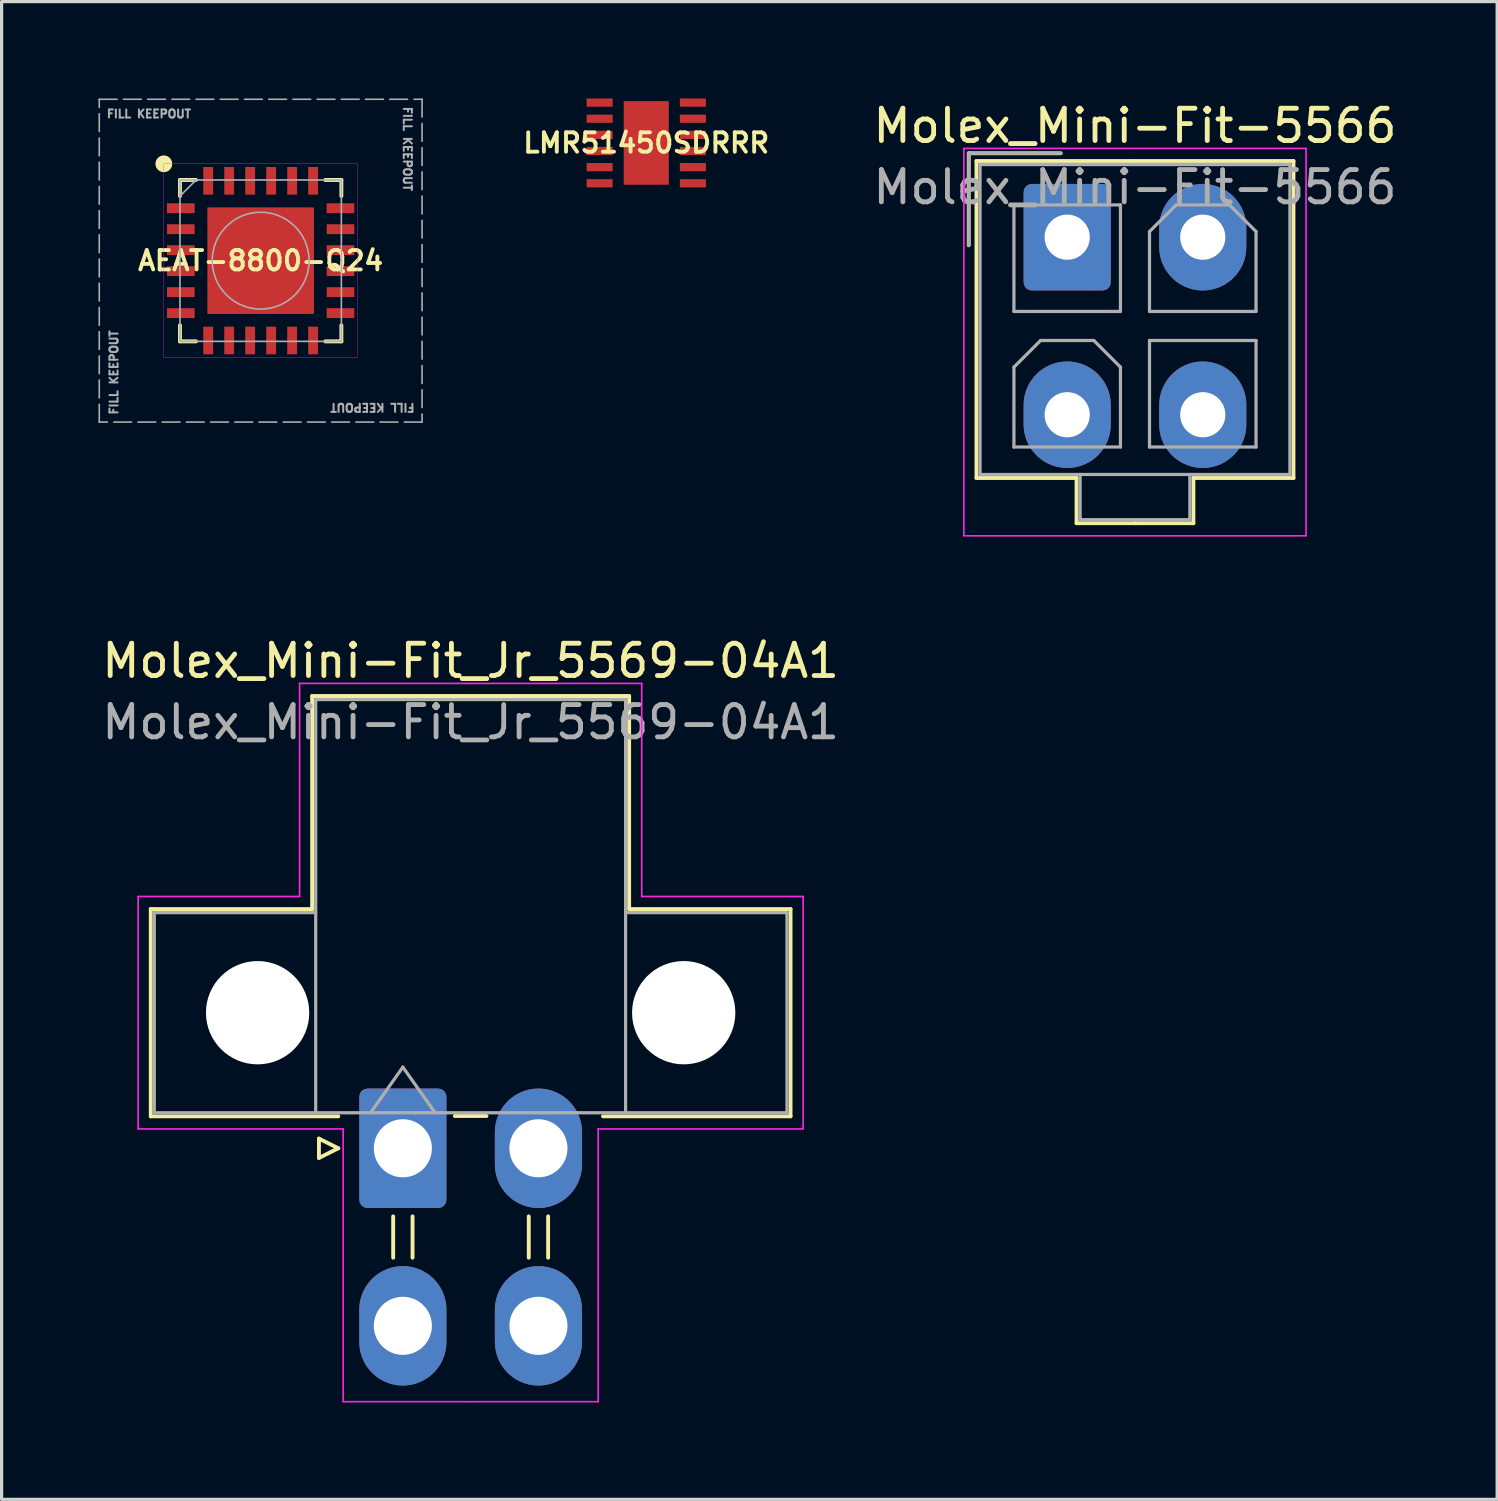
<source format=kicad_pcb>
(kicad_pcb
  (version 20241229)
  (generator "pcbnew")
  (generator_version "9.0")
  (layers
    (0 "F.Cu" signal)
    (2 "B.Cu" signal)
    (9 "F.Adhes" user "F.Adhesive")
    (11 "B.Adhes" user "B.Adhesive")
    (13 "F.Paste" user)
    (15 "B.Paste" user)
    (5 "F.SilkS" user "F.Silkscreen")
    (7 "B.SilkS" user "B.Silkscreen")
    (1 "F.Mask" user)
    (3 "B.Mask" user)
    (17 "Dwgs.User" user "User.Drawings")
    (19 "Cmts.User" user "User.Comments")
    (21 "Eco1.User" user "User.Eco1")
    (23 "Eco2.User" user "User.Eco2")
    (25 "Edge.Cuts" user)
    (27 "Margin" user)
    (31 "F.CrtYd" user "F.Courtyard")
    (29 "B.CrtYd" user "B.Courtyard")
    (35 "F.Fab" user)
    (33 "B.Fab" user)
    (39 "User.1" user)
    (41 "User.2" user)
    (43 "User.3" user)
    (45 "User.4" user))
  (footprint "AEAT-8800-Q24"
    (layer "F.Cu")
    (at 5.025 5.025)
    (property "Reference" "AEAT-8800-Q24" (at 0 0 0) (unlocked yes) (layer "F.SilkS") (effects (font (size 0.6 0.6) (thickness 0.12))))
    (attr smd)
    (fp_line (start -2.5 -2.5) (end -2 -2.5) (stroke (width 0.12) (type default)) (layer "F.SilkS"))
    (fp_line (start -2.5 -2) (end -2.5 -2.5) (stroke (width 0.12) (type default)) (layer "F.SilkS"))
    (fp_line (start -2.5 2.5) (end -2.5 2) (stroke (width 0.12) (type default)) (layer "F.SilkS"))
    (fp_line (start -2 2.5) (end -2.5 2.5) (stroke (width 0.12) (type default)) (layer "F.SilkS"))
    (fp_line (start 2 -2.5) (end 2.5 -2.5) (stroke (width 0.12) (type default)) (layer "F.SilkS"))
    (fp_line (start 2.5 -2.5) (end 2.5 -2) (stroke (width 0.12) (type default)) (layer "F.SilkS"))
    (fp_line (start 2.5 2) (end 2.5 2.5) (stroke (width 0.12) (type default)) (layer "F.SilkS"))
    (fp_line (start 2.5 2.5) (end 2 2.5) (stroke (width 0.12) (type default)) (layer "F.SilkS"))
    (fp_circle (center -3 -3) (end -2.8 -3) (stroke (width 0.12) (type solid)) (fill yes) (layer "F.SilkS"))
    (fp_rect (start -3 -3) (end 3 3) (stroke (width 0.01) (type default)) (fill no) (layer "F.CrtYd"))
    (fp_line (start -2.5 -2) (end -2 -2.5) (stroke (width 0.05) (type default)) (layer "F.Fab"))
    (fp_rect (start -5 -5) (end 5 5) (stroke (width 0.05) (type dash)) (fill no) (layer "F.Fab"))
    (fp_rect (start -2.5 -2.5) (end 2.5 2.5) (stroke (width 0.05) (type default)) (fill no) (layer "F.Fab"))
    (fp_circle (center 0 0) (end 0 -1.5) (stroke (width 0.05) (type default)) (fill no) (layer "F.Fab"))
    (fp_text user "FILL KEEPOUT" (at -4.8 -4.4 0) (unlocked yes) (layer "F.Fab") (effects (font (size 0.25 0.25) (thickness 0.062)) (justify left bottom)))
    (fp_text user "FILL KEEPOUT" (at -4.4 4.8 90) (unlocked yes) (layer "F.Fab") (effects (font (size 0.25 0.25) (thickness 0.062)) (justify left bottom)))
    (fp_text user "FILL KEEPOUT" (at 4.8 4.4 180) (unlocked yes) (layer "F.Fab") (effects (font (size 0.25 0.25) (thickness 0.062)) (justify left bottom)))
    (fp_text user "FILL KEEPOUT" (at 4.4 -4.8 270) (unlocked yes) (layer "F.Fab") (effects (font (size 0.25 0.25) (thickness 0.062)) (justify left bottom)))
    (pad "1" smd rect (at -2.473 -1.625 90) (size 0.306 0.857) (layers "F.Cu" "F.Mask" "F.Paste"))
    (pad "2" smd rect (at -2.473 -0.975 90) (size 0.306 0.857) (layers "F.Cu" "F.Mask" "F.Paste"))
    (pad "3" smd rect (at -2.473 -0.325 90) (size 0.306 0.857) (layers "F.Cu" "F.Mask" "F.Paste"))
    (pad "4" smd rect (at -2.473 0.325 90) (size 0.306 0.857) (layers "F.Cu" "F.Mask" "F.Paste"))
    (pad "5" smd rect (at -2.473 0.975 90) (size 0.306 0.857) (layers "F.Cu" "F.Mask" "F.Paste"))
    (pad "6" smd rect (at -2.473 1.625 90) (size 0.306 0.857) (layers "F.Cu" "F.Mask" "F.Paste"))
    (pad "7" smd rect (at -1.625 2.473) (size 0.306 0.857) (layers "F.Cu" "F.Mask" "F.Paste"))
    (pad "8" smd rect (at -0.975 2.473) (size 0.306 0.857) (layers "F.Cu" "F.Mask" "F.Paste"))
    (pad "9" smd rect (at -0.325 2.473) (size 0.306 0.857) (layers "F.Cu" "F.Mask" "F.Paste"))
    (pad "10" smd rect (at 0.325 2.473) (size 0.306 0.857) (layers "F.Cu" "F.Mask" "F.Paste"))
    (pad "11" smd rect (at 0.975 2.473) (size 0.306 0.857) (layers "F.Cu" "F.Mask" "F.Paste"))
    (pad "12" smd rect (at 1.625 2.473) (size 0.306 0.857) (layers "F.Cu" "F.Mask" "F.Paste"))
    (pad "13" smd rect (at 2.473 1.625 90) (size 0.306 0.857) (layers "F.Cu" "F.Mask" "F.Paste"))
    (pad "14" smd rect (at 2.473 0.975 90) (size 0.306 0.857) (layers "F.Cu" "F.Mask" "F.Paste"))
    (pad "15" smd rect (at 2.473 0.325 90) (size 0.306 0.857) (layers "F.Cu" "F.Mask" "F.Paste"))
    (pad "16" smd rect (at 2.473 -0.325 90) (size 0.306 0.857) (layers "F.Cu" "F.Mask" "F.Paste"))
    (pad "17" smd rect (at 2.473 -0.975 90) (size 0.306 0.857) (layers "F.Cu" "F.Mask" "F.Paste"))
    (pad "18" smd rect (at 2.473 -1.625 90) (size 0.306 0.857) (layers "F.Cu" "F.Mask" "F.Paste"))
    (pad "19" smd rect (at 1.625 -2.473) (size 0.306 0.857) (layers "F.Cu" "F.Mask" "F.Paste"))
    (pad "20" smd rect (at 0.975 -2.473) (size 0.306 0.857) (layers "F.Cu" "F.Mask" "F.Paste"))
    (pad "21" smd rect (at 0.325 -2.473) (size 0.306 0.857) (layers "F.Cu" "F.Mask" "F.Paste"))
    (pad "22" smd rect (at -0.325 -2.473) (size 0.306 0.857) (layers "F.Cu" "F.Mask" "F.Paste"))
    (pad "23" smd rect (at -0.975 -2.473) (size 0.306 0.857) (layers "F.Cu" "F.Mask" "F.Paste"))
    (pad "24" smd rect (at -1.625 -2.473) (size 0.306 0.857) (layers "F.Cu" "F.Mask" "F.Paste"))
    (pad "25" smd rect (at 0 0) (size 3.302 3.302) (layers "F.Cu" "F.Mask" "F.Paste")))
  (footprint "LMR51450SDRRR"
    (layer "F.Cu")
    (at 16.97 1.378)
    (property "Reference" "LMR51450SDRRR" (at 0 0 0) (unlocked yes) (layer "F.SilkS") (effects (font (size 0.6 0.6) (thickness 0.12))))
    (attr smd)
    (pad "1" smd rect (at -1.445 -1.25) (size 0.808 0.255) (layers "F.Cu" "F.Mask" "F.Paste"))
    (pad "2" smd rect (at -1.445 -0.75) (size 0.808 0.255) (layers "F.Cu" "F.Mask" "F.Paste"))
    (pad "3" smd rect (at -1.445 -0.25) (size 0.808 0.255) (layers "F.Cu" "F.Mask" "F.Paste"))
    (pad "4" smd rect (at -1.445 0.25) (size 0.808 0.255) (layers "F.Cu" "F.Mask" "F.Paste"))
    (pad "5" smd rect (at -1.445 0.75) (size 0.808 0.255) (layers "F.Cu" "F.Mask" "F.Paste"))
    (pad "6" smd rect (at -1.445 1.25) (size 0.808 0.255) (layers "F.Cu" "F.Mask" "F.Paste"))
    (pad "7" smd rect (at 1.445 1.25) (size 0.808 0.255) (layers "F.Cu" "F.Mask" "F.Paste"))
    (pad "8" smd rect (at 1.445 0.75) (size 0.808 0.255) (layers "F.Cu" "F.Mask" "F.Paste"))
    (pad "9" smd rect (at 1.445 0.25) (size 0.808 0.255) (layers "F.Cu" "F.Mask" "F.Paste"))
    (pad "10" smd rect (at 1.445 -0.25) (size 0.808 0.255) (layers "F.Cu" "F.Mask" "F.Paste"))
    (pad "11" smd rect (at 1.445 -0.75) (size 0.808 0.255) (layers "F.Cu" "F.Mask" "F.Paste"))
    (pad "12" smd rect (at 1.445 -1.25) (size 0.808 0.255) (layers "F.Cu" "F.Mask" "F.Paste"))
    (pad "13" smd rect (at 0 0) (size 1.397 2.591) (layers "F.Cu" "F.Mask" "F.Paste")))
  (footprint "Molex_Mini-Fit-5566"
    (layer "F.Cu")
    (at 30.01 4.298)
    (property "Reference" "Molex_Mini-Fit-5566" (at 2.1 -3.45 0) (layer "F.SilkS") (effects (font (size 1 1) (thickness 0.15))))
    (attr through_hole)
    (fp_line (start -3.05 -2.6) (end -3.05 0.25) (stroke (width 0.12) (type solid)) (layer "F.SilkS"))
    (fp_line (start -2.81 -2.36) (end -2.81 7.46) (stroke (width 0.12) (type solid)) (layer "F.SilkS"))
    (fp_line (start -2.81 7.46) (end 0.29 7.46) (stroke (width 0.12) (type solid)) (layer "F.SilkS"))
    (fp_line (start -0.2 -2.6) (end -3.05 -2.6) (stroke (width 0.12) (type solid)) (layer "F.SilkS"))
    (fp_line (start 0.29 7.46) (end 0.29 8.86) (stroke (width 0.12) (type solid)) (layer "F.SilkS"))
    (fp_line (start 0.29 8.86) (end 2.1 8.86) (stroke (width 0.12) (type solid)) (layer "F.SilkS"))
    (fp_line (start 2.1 -2.36) (end -2.81 -2.36) (stroke (width 0.12) (type solid)) (layer "F.SilkS"))
    (fp_line (start 2.1 -2.36) (end 7.01 -2.36) (stroke (width 0.12) (type solid)) (layer "F.SilkS"))
    (fp_line (start 3.91 7.46) (end 3.91 8.86) (stroke (width 0.12) (type solid)) (layer "F.SilkS"))
    (fp_line (start 3.91 8.86) (end 2.1 8.86) (stroke (width 0.12) (type solid)) (layer "F.SilkS"))
    (fp_line (start 7.01 -2.36) (end 7.01 7.46) (stroke (width 0.12) (type solid)) (layer "F.SilkS"))
    (fp_line (start 7.01 7.46) (end 3.91 7.46) (stroke (width 0.12) (type solid)) (layer "F.SilkS"))
    (fp_line (start -3.2 -2.75) (end -3.2 9.25) (stroke (width 0.05) (type solid)) (layer "F.CrtYd"))
    (fp_line (start -3.2 9.25) (end 7.4 9.25) (stroke (width 0.05) (type solid)) (layer "F.CrtYd"))
    (fp_line (start 7.4 -2.75) (end -3.2 -2.75) (stroke (width 0.05) (type solid)) (layer "F.CrtYd"))
    (fp_line (start 7.4 9.25) (end 7.4 -2.75) (stroke (width 0.05) (type solid)) (layer "F.CrtYd"))
    (fp_line (start -3.05 -2.6) (end -3.05 0.25) (stroke (width 0.1) (type solid)) (layer "F.Fab"))
    (fp_line (start -2.7 -2.25) (end -2.7 7.35) (stroke (width 0.1) (type solid)) (layer "F.Fab"))
    (fp_line (start -2.7 7.35) (end 6.9 7.35) (stroke (width 0.1) (type solid)) (layer "F.Fab"))
    (fp_line (start -1.65 -1) (end -1.65 2.3) (stroke (width 0.1) (type solid)) (layer "F.Fab"))
    (fp_line (start -1.65 2.3) (end 1.65 2.3) (stroke (width 0.1) (type solid)) (layer "F.Fab"))
    (fp_line (start -1.65 4.025) (end -0.825 3.2) (stroke (width 0.1) (type solid)) (layer "F.Fab"))
    (fp_line (start -1.65 6.5) (end -1.65 4.025) (stroke (width 0.1) (type solid)) (layer "F.Fab"))
    (fp_line (start -0.825 3.2) (end 0.825 3.2) (stroke (width 0.1) (type solid)) (layer "F.Fab"))
    (fp_line (start -0.2 -2.6) (end -3.05 -2.6) (stroke (width 0.1) (type solid)) (layer "F.Fab"))
    (fp_line (start 0.4 7.35) (end 0.4 8.75) (stroke (width 0.1) (type solid)) (layer "F.Fab"))
    (fp_line (start 0.4 8.75) (end 3.8 8.75) (stroke (width 0.1) (type solid)) (layer "F.Fab"))
    (fp_line (start 0.825 3.2) (end 1.65 4.025) (stroke (width 0.1) (type solid)) (layer "F.Fab"))
    (fp_line (start 1.65 -1) (end -1.65 -1) (stroke (width 0.1) (type solid)) (layer "F.Fab"))
    (fp_line (start 1.65 2.3) (end 1.65 -1) (stroke (width 0.1) (type solid)) (layer "F.Fab"))
    (fp_line (start 1.65 4.025) (end 1.65 6.5) (stroke (width 0.1) (type solid)) (layer "F.Fab"))
    (fp_line (start 1.65 6.5) (end -1.65 6.5) (stroke (width 0.1) (type solid)) (layer "F.Fab"))
    (fp_line (start 2.55 -0.175) (end 3.375 -1) (stroke (width 0.1) (type solid)) (layer "F.Fab"))
    (fp_line (start 2.55 2.3) (end 2.55 -0.175) (stroke (width 0.1) (type solid)) (layer "F.Fab"))
    (fp_line (start 2.55 3.2) (end 2.55 6.5) (stroke (width 0.1) (type solid)) (layer "F.Fab"))
    (fp_line (start 2.55 6.5) (end 5.85 6.5) (stroke (width 0.1) (type solid)) (layer "F.Fab"))
    (fp_line (start 3.375 -1) (end 5.025 -1) (stroke (width 0.1) (type solid)) (layer "F.Fab"))
    (fp_line (start 3.8 8.75) (end 3.8 7.35) (stroke (width 0.1) (type solid)) (layer "F.Fab"))
    (fp_line (start 5.025 -1) (end 5.85 -0.175) (stroke (width 0.1) (type solid)) (layer "F.Fab"))
    (fp_line (start 5.85 -0.175) (end 5.85 2.3) (stroke (width 0.1) (type solid)) (layer "F.Fab"))
    (fp_line (start 5.85 2.3) (end 2.55 2.3) (stroke (width 0.1) (type solid)) (layer "F.Fab"))
    (fp_line (start 5.85 3.2) (end 2.55 3.2) (stroke (width 0.1) (type solid)) (layer "F.Fab"))
    (fp_line (start 5.85 6.5) (end 5.85 3.2) (stroke (width 0.1) (type solid)) (layer "F.Fab"))
    (fp_line (start 6.9 -2.25) (end -2.7 -2.25) (stroke (width 0.1) (type solid)) (layer "F.Fab"))
    (fp_line (start 6.9 7.35) (end 6.9 -2.25) (stroke (width 0.1) (type solid)) (layer "F.Fab"))
    (fp_text user "${REFERENCE}" (at 2.1 -1.55 0) (layer "F.Fab") (effects (font (size 1 1) (thickness 0.15))))
    (pad "1" thru_hole roundrect (at 0 0) (size 2.7 3.3) (drill 1.4) (layers "*.Cu" "*.Mask") (roundrect_rratio 0.093))
    (pad "2" thru_hole oval (at 4.2 0) (size 2.7 3.3) (drill 1.4) (layers "*.Cu" "*.Mask"))
    (pad "3" thru_hole oval (at 0 5.5) (size 2.7 3.3) (drill 1.4) (layers "*.Cu" "*.Mask"))
    (pad "4" thru_hole oval (at 4.2 5.5) (size 2.7 3.3) (drill 1.4) (layers "*.Cu" "*.Mask")))
  (footprint "Molex_Mini-Fit_Jr_5569-04A1"
    (layer "F.Cu")
    (at 9.43 32.522)
    (property "Reference" "Molex_Mini-Fit_Jr_5569-04A1" (at 2.1 -15.1 0) (layer "F.SilkS") (effects (font (size 1 1) (thickness 0.15))))
    (attr through_hole)
    (fp_line (start -7.81 -7.41) (end -7.81 -0.99) (stroke (width 0.12) (type solid)) (layer "F.SilkS"))
    (fp_line (start -7.81 -0.99) (end -2 -0.99) (stroke (width 0.12) (type solid)) (layer "F.SilkS"))
    (fp_line (start -2.81 -14.01) (end -2.81 -7.41) (stroke (width 0.12) (type solid)) (layer "F.SilkS"))
    (fp_line (start -2.81 -7.41) (end -7.81 -7.41) (stroke (width 0.12) (type solid)) (layer "F.SilkS"))
    (fp_line (start -2.6 -0.3) (end -2 0) (stroke (width 0.12) (type solid)) (layer "F.SilkS"))
    (fp_line (start -2.6 0.3) (end -2.6 -0.3) (stroke (width 0.12) (type solid)) (layer "F.SilkS"))
    (fp_line (start -2 0) (end -2.6 0.3) (stroke (width 0.12) (type solid)) (layer "F.SilkS"))
    (fp_line (start -0.3 2.11) (end -0.3 3.39) (stroke (width 0.12) (type solid)) (layer "F.SilkS"))
    (fp_line (start 0.3 2.11) (end 0.3 3.39) (stroke (width 0.12) (type solid)) (layer "F.SilkS"))
    (fp_line (start 1.61 -1) (end 2.59 -1) (stroke (width 0.12) (type solid)) (layer "F.SilkS"))
    (fp_line (start 2.1 -14.01) (end -2.81 -14.01) (stroke (width 0.12) (type solid)) (layer "F.SilkS"))
    (fp_line (start 2.1 -14.01) (end 7.01 -14.01) (stroke (width 0.12) (type solid)) (layer "F.SilkS"))
    (fp_line (start 3.9 2.11) (end 3.9 3.39) (stroke (width 0.12) (type solid)) (layer "F.SilkS"))
    (fp_line (start 4.5 2.11) (end 4.5 3.39) (stroke (width 0.12) (type solid)) (layer "F.SilkS"))
    (fp_line (start 7.01 -14.01) (end 7.01 -7.41) (stroke (width 0.12) (type solid)) (layer "F.SilkS"))
    (fp_line (start 7.01 -7.41) (end 12.01 -7.41) (stroke (width 0.12) (type solid)) (layer "F.SilkS"))
    (fp_line (start 12.01 -7.41) (end 12.01 -0.99) (stroke (width 0.12) (type solid)) (layer "F.SilkS"))
    (fp_line (start 12.01 -0.99) (end 6.2 -0.99) (stroke (width 0.12) (type solid)) (layer "F.SilkS"))
    (fp_line (start -8.2 -7.8) (end -8.2 -0.6) (stroke (width 0.05) (type solid)) (layer "F.CrtYd"))
    (fp_line (start -8.2 -0.6) (end -1.85 -0.6) (stroke (width 0.05) (type solid)) (layer "F.CrtYd"))
    (fp_line (start -3.2 -14.4) (end -3.2 -7.8) (stroke (width 0.05) (type solid)) (layer "F.CrtYd"))
    (fp_line (start -3.2 -7.8) (end -8.2 -7.8) (stroke (width 0.05) (type solid)) (layer "F.CrtYd"))
    (fp_line (start -1.85 -0.6) (end -1.85 7.85) (stroke (width 0.05) (type solid)) (layer "F.CrtYd"))
    (fp_line (start -1.85 7.85) (end 2.1 7.85) (stroke (width 0.05) (type solid)) (layer "F.CrtYd"))
    (fp_line (start 2.1 -14.4) (end -3.2 -14.4) (stroke (width 0.05) (type solid)) (layer "F.CrtYd"))
    (fp_line (start 2.1 -14.4) (end 7.4 -14.4) (stroke (width 0.05) (type solid)) (layer "F.CrtYd"))
    (fp_line (start 6.05 -0.6) (end 6.05 7.85) (stroke (width 0.05) (type solid)) (layer "F.CrtYd"))
    (fp_line (start 6.05 7.85) (end 2.1 7.85) (stroke (width 0.05) (type solid)) (layer "F.CrtYd"))
    (fp_line (start 7.4 -14.4) (end 7.4 -7.8) (stroke (width 0.05) (type solid)) (layer "F.CrtYd"))
    (fp_line (start 7.4 -7.8) (end 12.4 -7.8) (stroke (width 0.05) (type solid)) (layer "F.CrtYd"))
    (fp_line (start 12.4 -7.8) (end 12.4 -0.6) (stroke (width 0.05) (type solid)) (layer "F.CrtYd"))
    (fp_line (start 12.4 -0.6) (end 6.05 -0.6) (stroke (width 0.05) (type solid)) (layer "F.CrtYd"))
    (fp_line (start -7.7 -7.3) (end -7.7 -1.1) (stroke (width 0.1) (type solid)) (layer "F.Fab"))
    (fp_line (start -7.7 -1.1) (end -2.7 -1.1) (stroke (width 0.1) (type solid)) (layer "F.Fab"))
    (fp_line (start -2.7 -13.9) (end -2.7 -1.1) (stroke (width 0.1) (type solid)) (layer "F.Fab"))
    (fp_line (start -2.7 -7.3) (end -7.7 -7.3) (stroke (width 0.1) (type solid)) (layer "F.Fab"))
    (fp_line (start -2.7 -1.1) (end 6.9 -1.1) (stroke (width 0.1) (type solid)) (layer "F.Fab"))
    (fp_line (start -1 -1.1) (end 0 -2.514) (stroke (width 0.1) (type solid)) (layer "F.Fab"))
    (fp_line (start 0 -2.514) (end 1 -1.1) (stroke (width 0.1) (type solid)) (layer "F.Fab"))
    (fp_line (start 6.9 -13.9) (end -2.7 -13.9) (stroke (width 0.1) (type solid)) (layer "F.Fab"))
    (fp_line (start 6.9 -7.3) (end 11.9 -7.3) (stroke (width 0.1) (type solid)) (layer "F.Fab"))
    (fp_line (start 6.9 -1.1) (end 6.9 -13.9) (stroke (width 0.1) (type solid)) (layer "F.Fab"))
    (fp_line (start 11.9 -7.3) (end 11.9 -1.1) (stroke (width 0.1) (type solid)) (layer "F.Fab"))
    (fp_line (start 11.9 -1.1) (end 6.9 -1.1) (stroke (width 0.1) (type solid)) (layer "F.Fab"))
    (fp_text user "${REFERENCE}" (at 2.1 -13.2 0) (layer "F.Fab") (effects (font (size 1 1) (thickness 0.15))))
    (pad "" np_thru_hole circle (at -4.5 -4.2) (size 3.2 3.2) (drill 3.2) (layers "*.Cu" "*.Mask"))
    (pad "" np_thru_hole circle (at 8.7 -4.2) (size 3.2 3.2) (drill 3.2) (layers "*.Cu" "*.Mask"))
    (pad "1" thru_hole roundrect (at 0 0) (size 2.7 3.7) (drill 1.8) (layers "*.Cu" "*.Mask") (roundrect_rratio 0.093))
    (pad "2" thru_hole oval (at 4.2 0) (size 2.7 3.7) (drill 1.8) (layers "*.Cu" "*.Mask"))
    (pad "3" thru_hole oval (at 0 5.5) (size 2.7 3.7) (drill 1.8) (layers "*.Cu" "*.Mask"))
    (pad "4" thru_hole oval (at 4.2 5.5) (size 2.7 3.7) (drill 1.8) (layers "*.Cu" "*.Mask")))
  (gr_rect
    (start -3 -3)
    (end 43.33 43.397)
    (stroke (width 0.1) (type default))
    (fill no)
    (layer "Edge.Cuts")))
</source>
